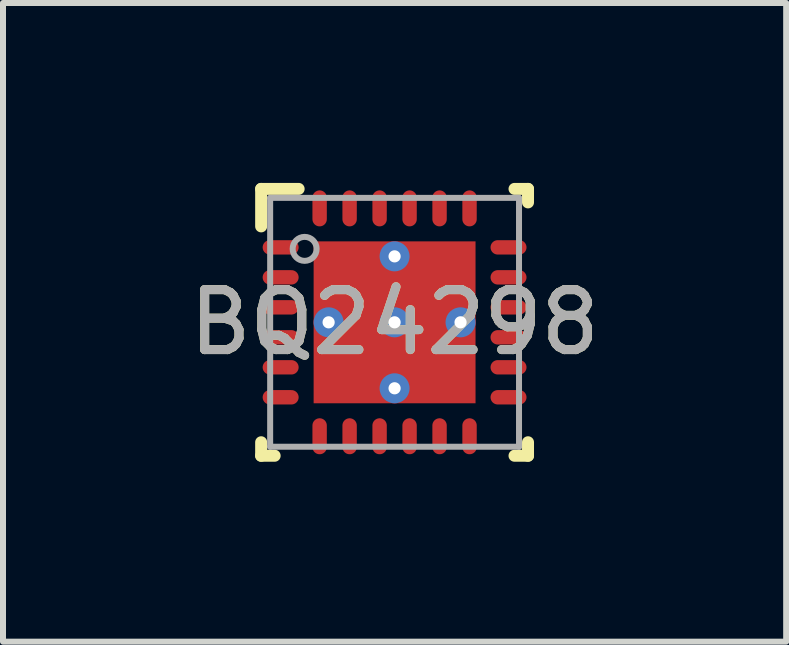
<source format=kicad_pcb>
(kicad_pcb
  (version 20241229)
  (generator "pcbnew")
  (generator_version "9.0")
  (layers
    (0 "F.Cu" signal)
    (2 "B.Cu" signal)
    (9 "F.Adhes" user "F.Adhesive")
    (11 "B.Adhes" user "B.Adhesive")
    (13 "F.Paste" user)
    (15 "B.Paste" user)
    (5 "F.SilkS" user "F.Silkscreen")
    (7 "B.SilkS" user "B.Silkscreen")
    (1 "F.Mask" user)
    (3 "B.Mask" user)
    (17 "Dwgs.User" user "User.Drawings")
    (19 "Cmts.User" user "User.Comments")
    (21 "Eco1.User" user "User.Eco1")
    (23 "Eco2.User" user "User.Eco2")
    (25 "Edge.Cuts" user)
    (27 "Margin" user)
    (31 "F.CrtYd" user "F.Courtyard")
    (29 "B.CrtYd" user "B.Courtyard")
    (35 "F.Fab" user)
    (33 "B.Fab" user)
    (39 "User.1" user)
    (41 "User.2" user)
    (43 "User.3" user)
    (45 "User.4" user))
  (footprint "BQ24298"
    (layer "F.Cu")
    (at 3.53 2.325)
    (property "Reference" "BQ24298" (at 0 0 0) (unlocked yes) (layer "F.SilkS") (effects (font (size 1 1) (thickness 0.15))))
    (attr smd)
    (fp_line (start -2.225 -2.225) (end -1.6 -2.225) (stroke (width 0.2) (type solid)) (layer "F.SilkS"))
    (fp_line (start -2.225 -1.6) (end -2.225 -2.225) (stroke (width 0.2) (type solid)) (layer "F.SilkS"))
    (fp_line (start -2.225 2.225) (end -2.225 2) (stroke (width 0.2) (type solid)) (layer "F.SilkS"))
    (fp_line (start -2.225 2.225) (end -2 2.225) (stroke (width 0.2) (type solid)) (layer "F.SilkS"))
    (fp_line (start 2 -2.225) (end 2.225 -2.225) (stroke (width 0.2) (type solid)) (layer "F.SilkS"))
    (fp_line (start 2 2.225) (end 2.225 2.225) (stroke (width 0.2) (type solid)) (layer "F.SilkS"))
    (fp_line (start 2.225 -2) (end 2.225 -2.225) (stroke (width 0.2) (type solid)) (layer "F.SilkS"))
    (fp_line (start 2.225 2.225) (end 2.225 2) (stroke (width 0.2) (type solid)) (layer "F.SilkS"))
    (fp_poly (pts (xy -0.1 -1.288) (xy -1.288 -1.288) (xy -1.288 -0.1) (xy -0.1 -0.1)) (stroke (width 0) (type solid)) (fill yes) (layer "F.Paste"))
    (fp_poly (pts (xy -0.1 0.1) (xy -1.288 0.1) (xy -1.288 1.288) (xy -0.1 1.288)) (stroke (width 0) (type solid)) (fill yes) (layer "F.Paste"))
    (fp_poly (pts (xy 0.1 -0.1) (xy 1.288 -0.1) (xy 1.288 -1.288) (xy 0.1 -1.288)) (stroke (width 0) (type solid)) (fill yes) (layer "F.Paste"))
    (fp_poly (pts (xy 0.1 1.288) (xy 1.288 1.288) (xy 1.288 0.1) (xy 0.1 0.1)) (stroke (width 0) (type solid)) (fill yes) (layer "F.Paste"))
    (fp_line (start -2.075 -2.075) (end 2.075 -2.075) (stroke (width 0.1) (type solid)) (layer "F.Fab"))
    (fp_line (start -2.075 2.075) (end -2.075 -2.075) (stroke (width 0.1) (type solid)) (layer "F.Fab"))
    (fp_line (start -2.075 2.075) (end 2.075 2.075) (stroke (width 0.1) (type solid)) (layer "F.Fab"))
    (fp_line (start 2.075 2.075) (end 2.075 -2.075) (stroke (width 0.1) (type solid)) (layer "F.Fab"))
    (fp_circle (center -1.5 -1.225) (end -1.3 -1.225) (stroke (width 0.1) (type solid)) (fill no) (layer "F.Fab"))
    (fp_text user "${REFERENCE}" (at 0 0 0) (unlocked yes) (layer "F.Fab") (effects (font (size 1 1) (thickness 0.15))))
    (pad "1" smd oval (at -1.9 -1.25 90) (size 0.24 0.6) (layers "F.Cu" "F.Mask" "F.Paste"))
    (pad "2" smd oval (at -1.9 -0.75 90) (size 0.24 0.6) (layers "F.Cu" "F.Mask" "F.Paste"))
    (pad "3" smd oval (at -1.9 -0.25 90) (size 0.24 0.6) (layers "F.Cu" "F.Mask" "F.Paste"))
    (pad "4" smd oval (at -1.9 0.25 90) (size 0.24 0.6) (layers "F.Cu" "F.Mask" "F.Paste"))
    (pad "5" smd oval (at -1.9 0.75 90) (size 0.24 0.6) (layers "F.Cu" "F.Mask" "F.Paste"))
    (pad "6" smd oval (at -1.9 1.25 90) (size 0.24 0.6) (layers "F.Cu" "F.Mask" "F.Paste"))
    (pad "7" smd oval (at -1.25 1.9) (size 0.24 0.6) (layers "F.Cu" "F.Mask" "F.Paste"))
    (pad "8" smd oval (at -0.75 1.9) (size 0.24 0.6) (layers "F.Cu" "F.Mask" "F.Paste"))
    (pad "9" smd oval (at -0.25 1.9) (size 0.24 0.6) (layers "F.Cu" "F.Mask" "F.Paste"))
    (pad "10" smd oval (at 0.25 1.9) (size 0.24 0.6) (layers "F.Cu" "F.Mask" "F.Paste"))
    (pad "11" smd oval (at 0.75 1.9) (size 0.24 0.6) (layers "F.Cu" "F.Mask" "F.Paste"))
    (pad "12" smd oval (at 1.25 1.9) (size 0.24 0.6) (layers "F.Cu" "F.Mask" "F.Paste"))
    (pad "13" smd oval (at 1.9 1.25 90) (size 0.24 0.6) (layers "F.Cu" "F.Mask" "F.Paste"))
    (pad "14" smd oval (at 1.9 0.75 90) (size 0.24 0.6) (layers "F.Cu" "F.Mask" "F.Paste"))
    (pad "15" smd oval (at 1.9 0.25 90) (size 0.24 0.6) (layers "F.Cu" "F.Mask" "F.Paste"))
    (pad "16" smd oval (at 1.9 -0.25 90) (size 0.24 0.6) (layers "F.Cu" "F.Mask" "F.Paste"))
    (pad "17" smd oval (at 1.9 -0.75 90) (size 0.24 0.6) (layers "F.Cu" "F.Mask" "F.Paste"))
    (pad "18" smd oval (at 1.9 -1.25 90) (size 0.24 0.6) (layers "F.Cu" "F.Mask" "F.Paste"))
    (pad "19" smd oval (at 1.25 -1.9) (size 0.24 0.6) (layers "F.Cu" "F.Mask" "F.Paste"))
    (pad "20" smd oval (at 0.75 -1.9) (size 0.24 0.6) (layers "F.Cu" "F.Mask" "F.Paste"))
    (pad "21" smd oval (at 0.25 -1.9) (size 0.24 0.6) (layers "F.Cu" "F.Mask" "F.Paste"))
    (pad "22" smd oval (at -0.25 -1.9) (size 0.24 0.6) (layers "F.Cu" "F.Mask" "F.Paste"))
    (pad "23" smd oval (at -0.75 -1.9) (size 0.24 0.6) (layers "F.Cu" "F.Mask" "F.Paste"))
    (pad "24" smd oval (at -1.25 -1.9) (size 0.24 0.6) (layers "F.Cu" "F.Mask" "F.Paste"))
    (pad "25" smd rect (at 0 0) (size 2.7 2.7) (layers "F.Cu" "F.Mask"))
    (pad "V" thru_hole circle (at -1.1 0) (size 0.5 0.5) (drill 0.203) (layers "*.Cu" "*.Mask"))
    (pad "V" thru_hole circle (at 0 -1.1) (size 0.5 0.5) (drill 0.203) (layers "*.Cu" "*.Mask"))
    (pad "V" thru_hole circle (at 0 0) (size 0.5 0.5) (drill 0.203) (layers "*.Cu" "*.Mask"))
    (pad "V" thru_hole circle (at 0 1.1) (size 0.5 0.5) (drill 0.203) (layers "*.Cu" "*.Mask"))
    (pad "V" thru_hole circle (at 1.1 0) (size 0.5 0.5) (drill 0.203) (layers "*.Cu" "*.Mask")))
  (gr_rect
    (start -3 -3)
    (end 10.06 7.65)
    (stroke (width 0.1) (type default))
    (fill no)
    (layer "Edge.Cuts")))
</source>
